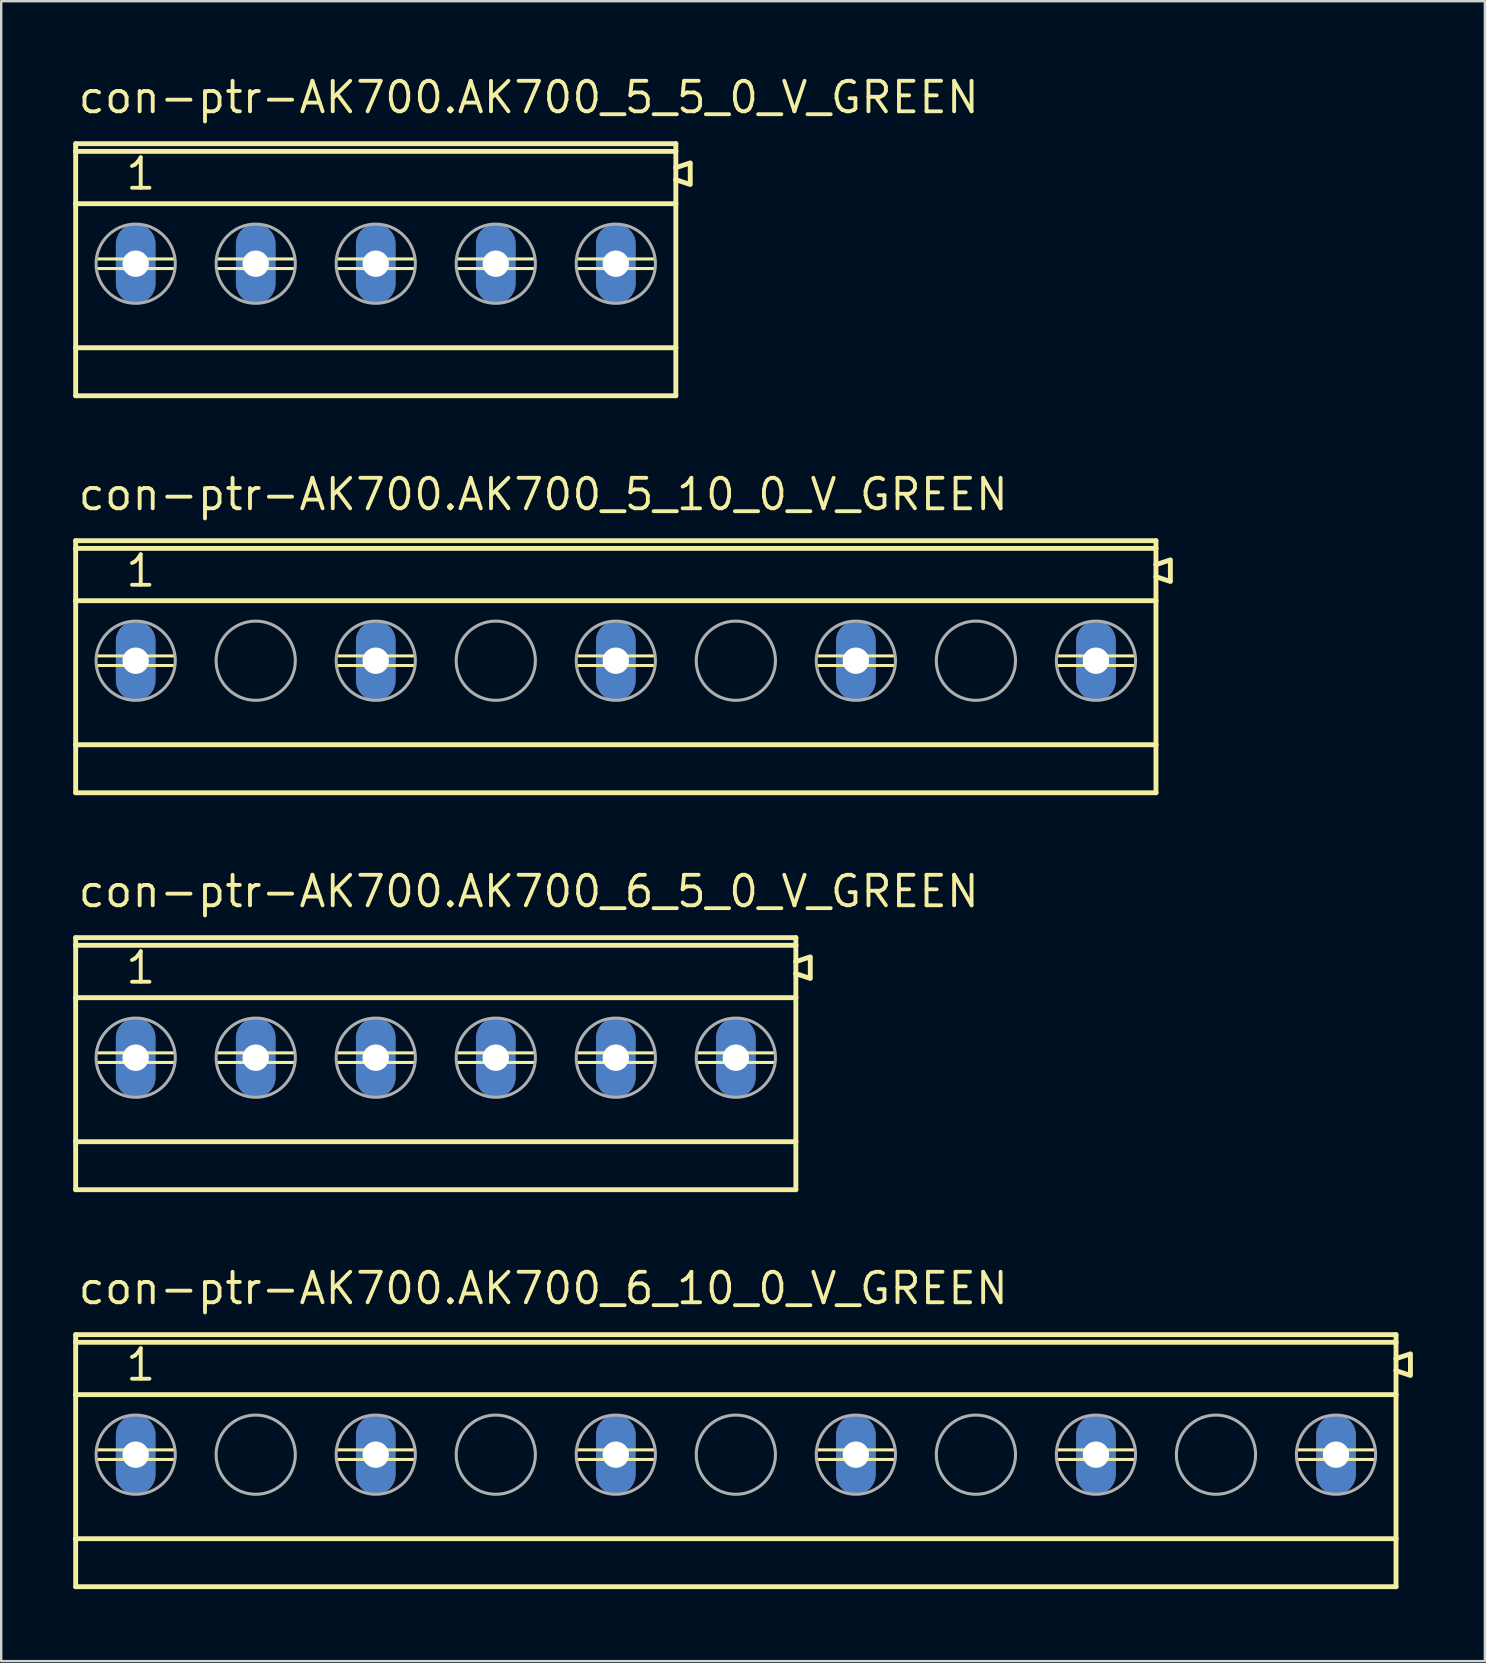
<source format=kicad_pcb>
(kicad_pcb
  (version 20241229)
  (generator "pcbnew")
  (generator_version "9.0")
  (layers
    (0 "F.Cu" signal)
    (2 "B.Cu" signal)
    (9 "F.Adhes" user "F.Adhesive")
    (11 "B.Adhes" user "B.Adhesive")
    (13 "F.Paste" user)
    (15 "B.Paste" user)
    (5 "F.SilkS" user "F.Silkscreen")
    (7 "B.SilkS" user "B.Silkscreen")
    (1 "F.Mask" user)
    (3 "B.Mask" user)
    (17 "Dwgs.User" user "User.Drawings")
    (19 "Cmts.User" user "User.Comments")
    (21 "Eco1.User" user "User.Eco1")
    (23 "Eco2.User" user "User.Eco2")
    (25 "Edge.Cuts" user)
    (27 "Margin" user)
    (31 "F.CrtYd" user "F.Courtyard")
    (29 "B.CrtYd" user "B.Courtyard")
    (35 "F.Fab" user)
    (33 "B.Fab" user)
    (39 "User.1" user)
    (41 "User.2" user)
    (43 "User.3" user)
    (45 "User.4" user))
  (footprint "con-ptr-AK700.AK700_5_10_0_V_GREEN"
    (layer "F.Cu")
    (at 22.602 24.472)
    (property "Reference" "con-ptr-AK700.AK700_5_10_0_V_GREEN" (at -22.48 -6.185 0) (layer "F.SilkS") (effects (font (size 1.27 1.27) (thickness 0.16)) (justify left bottom)))
    (attr through_hole)
    (fp_line (start -22.5 -5) (end -22.5 -4.68) (stroke (width 0.203) (type default)) (layer "F.SilkS"))
    (fp_line (start -22.5 -4.68) (end -22.5 -2.5) (stroke (width 0.203) (type default)) (layer "F.SilkS"))
    (fp_line (start -22.5 -2.5) (end -22.5 3.5) (stroke (width 0.203) (type default)) (layer "F.SilkS"))
    (fp_line (start -22.5 3.5) (end -22.5 5.5) (stroke (width 0.203) (type default)) (layer "F.SilkS"))
    (fp_line (start -22.5 5.5) (end 22.5 5.5) (stroke (width 0.203) (type default)) (layer "F.SilkS"))
    (fp_line (start -21.6 -0.2) (end -18.4 -0.2) (stroke (width 0.127) (type default)) (layer "F.SilkS"))
    (fp_line (start -21.6 0.2) (end -18.4 0.2) (stroke (width 0.127) (type default)) (layer "F.SilkS"))
    (fp_line (start -11.6 -0.2) (end -8.4 -0.2) (stroke (width 0.127) (type default)) (layer "F.SilkS"))
    (fp_line (start -11.6 0.2) (end -8.4 0.2) (stroke (width 0.127) (type default)) (layer "F.SilkS"))
    (fp_line (start -1.6 -0.2) (end 1.6 -0.2) (stroke (width 0.127) (type default)) (layer "F.SilkS"))
    (fp_line (start -1.6 0.2) (end 1.6 0.2) (stroke (width 0.127) (type default)) (layer "F.SilkS"))
    (fp_line (start 8.4 -0.2) (end 11.6 -0.2) (stroke (width 0.127) (type default)) (layer "F.SilkS"))
    (fp_line (start 8.4 0.2) (end 11.6 0.2) (stroke (width 0.127) (type default)) (layer "F.SilkS"))
    (fp_line (start 18.4 -0.2) (end 21.6 -0.2) (stroke (width 0.127) (type default)) (layer "F.SilkS"))
    (fp_line (start 18.4 0.2) (end 21.6 0.2) (stroke (width 0.127) (type default)) (layer "F.SilkS"))
    (fp_line (start 22.5 -5) (end -22.5 -5) (stroke (width 0.203) (type default)) (layer "F.SilkS"))
    (fp_line (start 22.5 -4.68) (end -22.5 -4.68) (stroke (width 0.203) (type default)) (layer "F.SilkS"))
    (fp_line (start 22.5 -4.68) (end 22.5 -5) (stroke (width 0.203) (type default)) (layer "F.SilkS"))
    (fp_line (start 22.5 -4) (end 22.5 -4.68) (stroke (width 0.203) (type default)) (layer "F.SilkS"))
    (fp_line (start 22.5 -3.5) (end 22.5 -4) (stroke (width 0.203) (type default)) (layer "F.SilkS"))
    (fp_line (start 22.5 -2.5) (end -22.5 -2.5) (stroke (width 0.203) (type default)) (layer "F.SilkS"))
    (fp_line (start 22.5 -2.5) (end 22.5 -3.5) (stroke (width 0.203) (type default)) (layer "F.SilkS"))
    (fp_line (start 22.5 3.5) (end -22.5 3.5) (stroke (width 0.203) (type default)) (layer "F.SilkS"))
    (fp_line (start 22.5 3.5) (end 22.5 -2.5) (stroke (width 0.203) (type default)) (layer "F.SilkS"))
    (fp_line (start 22.5 5.5) (end 22.5 3.5) (stroke (width 0.203) (type default)) (layer "F.SilkS"))
    (fp_line (start 23.1 -4.2) (end 22.5 -4) (stroke (width 0.203) (type default)) (layer "F.SilkS"))
    (fp_line (start 23.1 -3.35) (end 23.1 -4.15) (stroke (width 0.203) (type default)) (layer "F.SilkS"))
    (fp_line (start 23.1 -3.3) (end 22.5 -3.5) (stroke (width 0.203) (type default)) (layer "F.SilkS"))
    (fp_circle (center -20 0) (end -18.35 0) (stroke (width 0.127) (type default)) (fill no) (layer "F.Fab"))
    (fp_circle (center -15 0) (end -13.35 0) (stroke (width 0.127) (type default)) (fill no) (layer "F.Fab"))
    (fp_circle (center -10 0) (end -8.35 0) (stroke (width 0.127) (type default)) (fill no) (layer "F.Fab"))
    (fp_circle (center -5 0) (end -3.35 0) (stroke (width 0.127) (type default)) (fill no) (layer "F.Fab"))
    (fp_circle (center 0 0) (end 1.65 0) (stroke (width 0.127) (type default)) (fill no) (layer "F.Fab"))
    (fp_circle (center 5 0) (end 6.65 0) (stroke (width 0.127) (type default)) (fill no) (layer "F.Fab"))
    (fp_circle (center 10 0) (end 11.65 0) (stroke (width 0.127) (type default)) (fill no) (layer "F.Fab"))
    (fp_circle (center 15 0) (end 16.65 0) (stroke (width 0.127) (type default)) (fill no) (layer "F.Fab"))
    (fp_circle (center 20 0) (end 21.65 0) (stroke (width 0.127) (type default)) (fill no) (layer "F.Fab"))
    (fp_text user "1" (at -20.5 -3 0) (layer "F.SilkS") (effects (font (size 1.27 1.27) (thickness 0.16)) (justify left bottom)))
    (pad "1" thru_hole oval (at -20 0 90) (size 3.3 1.65) (drill 1.1) (layers "*.Cu" "*.Mask"))
    (pad "2" thru_hole oval (at -10 0 90) (size 3.3 1.65) (drill 1.1) (layers "*.Cu" "*.Mask"))
    (pad "3" thru_hole oval (at 0 0 90) (size 3.3 1.65) (drill 1.1) (layers "*.Cu" "*.Mask"))
    (pad "4" thru_hole oval (at 10 0 90) (size 3.3 1.65) (drill 1.1) (layers "*.Cu" "*.Mask"))
    (pad "5" thru_hole oval (at 20 0 90) (size 3.3 1.65) (drill 1.1) (layers "*.Cu" "*.Mask")))
  (footprint "con-ptr-AK700.AK700_6_10_0_V_GREEN"
    (layer "F.Cu")
    (at 27.602 57.545)
    (property "Reference" "con-ptr-AK700.AK700_6_10_0_V_GREEN" (at -27.48 -6.185 0) (layer "F.SilkS") (effects (font (size 1.27 1.27) (thickness 0.16)) (justify left bottom)))
    (attr through_hole)
    (fp_line (start -27.5 -5) (end -27.5 -4.68) (stroke (width 0.203) (type default)) (layer "F.SilkS"))
    (fp_line (start -27.5 -4.68) (end -27.5 -2.5) (stroke (width 0.203) (type default)) (layer "F.SilkS"))
    (fp_line (start -27.5 -2.5) (end -27.5 3.5) (stroke (width 0.203) (type default)) (layer "F.SilkS"))
    (fp_line (start -27.5 3.5) (end -27.5 5.5) (stroke (width 0.203) (type default)) (layer "F.SilkS"))
    (fp_line (start -27.5 5.5) (end 27.5 5.5) (stroke (width 0.203) (type default)) (layer "F.SilkS"))
    (fp_line (start -26.6 -0.2) (end -23.4 -0.2) (stroke (width 0.127) (type default)) (layer "F.SilkS"))
    (fp_line (start -26.6 0.2) (end -23.4 0.2) (stroke (width 0.127) (type default)) (layer "F.SilkS"))
    (fp_line (start -16.6 -0.2) (end -13.4 -0.2) (stroke (width 0.127) (type default)) (layer "F.SilkS"))
    (fp_line (start -16.6 0.2) (end -13.4 0.2) (stroke (width 0.127) (type default)) (layer "F.SilkS"))
    (fp_line (start -6.6 -0.2) (end -3.4 -0.2) (stroke (width 0.127) (type default)) (layer "F.SilkS"))
    (fp_line (start -6.6 0.2) (end -3.4 0.2) (stroke (width 0.127) (type default)) (layer "F.SilkS"))
    (fp_line (start 3.4 -0.2) (end 6.6 -0.2) (stroke (width 0.127) (type default)) (layer "F.SilkS"))
    (fp_line (start 3.4 0.2) (end 6.6 0.2) (stroke (width 0.127) (type default)) (layer "F.SilkS"))
    (fp_line (start 13.4 -0.2) (end 16.6 -0.2) (stroke (width 0.127) (type default)) (layer "F.SilkS"))
    (fp_line (start 13.4 0.2) (end 16.6 0.2) (stroke (width 0.127) (type default)) (layer "F.SilkS"))
    (fp_line (start 23.4 -0.2) (end 26.6 -0.2) (stroke (width 0.127) (type default)) (layer "F.SilkS"))
    (fp_line (start 23.4 0.2) (end 26.6 0.2) (stroke (width 0.127) (type default)) (layer "F.SilkS"))
    (fp_line (start 27.5 -5) (end -27.5 -5) (stroke (width 0.203) (type default)) (layer "F.SilkS"))
    (fp_line (start 27.5 -4.68) (end -27.5 -4.68) (stroke (width 0.203) (type default)) (layer "F.SilkS"))
    (fp_line (start 27.5 -4.68) (end 27.5 -5) (stroke (width 0.203) (type default)) (layer "F.SilkS"))
    (fp_line (start 27.5 -4) (end 27.5 -4.68) (stroke (width 0.203) (type default)) (layer "F.SilkS"))
    (fp_line (start 27.5 -3.5) (end 27.5 -4) (stroke (width 0.203) (type default)) (layer "F.SilkS"))
    (fp_line (start 27.5 -2.5) (end -27.5 -2.5) (stroke (width 0.203) (type default)) (layer "F.SilkS"))
    (fp_line (start 27.5 -2.5) (end 27.5 -3.5) (stroke (width 0.203) (type default)) (layer "F.SilkS"))
    (fp_line (start 27.5 3.5) (end -27.5 3.5) (stroke (width 0.203) (type default)) (layer "F.SilkS"))
    (fp_line (start 27.5 3.5) (end 27.5 -2.5) (stroke (width 0.203) (type default)) (layer "F.SilkS"))
    (fp_line (start 27.5 5.5) (end 27.5 3.5) (stroke (width 0.203) (type default)) (layer "F.SilkS"))
    (fp_line (start 28.1 -4.2) (end 27.5 -4) (stroke (width 0.203) (type default)) (layer "F.SilkS"))
    (fp_line (start 28.1 -3.35) (end 28.1 -4.15) (stroke (width 0.203) (type default)) (layer "F.SilkS"))
    (fp_line (start 28.1 -3.3) (end 27.5 -3.5) (stroke (width 0.203) (type default)) (layer "F.SilkS"))
    (fp_circle (center -25 0) (end -23.35 0) (stroke (width 0.127) (type default)) (fill no) (layer "F.Fab"))
    (fp_circle (center -20 0) (end -18.35 0) (stroke (width 0.127) (type default)) (fill no) (layer "F.Fab"))
    (fp_circle (center -15 0) (end -13.35 0) (stroke (width 0.127) (type default)) (fill no) (layer "F.Fab"))
    (fp_circle (center -10 0) (end -8.35 0) (stroke (width 0.127) (type default)) (fill no) (layer "F.Fab"))
    (fp_circle (center -5 0) (end -3.35 0) (stroke (width 0.127) (type default)) (fill no) (layer "F.Fab"))
    (fp_circle (center 0 0) (end 1.65 0) (stroke (width 0.127) (type default)) (fill no) (layer "F.Fab"))
    (fp_circle (center 5 0) (end 6.65 0) (stroke (width 0.127) (type default)) (fill no) (layer "F.Fab"))
    (fp_circle (center 10 0) (end 11.65 0) (stroke (width 0.127) (type default)) (fill no) (layer "F.Fab"))
    (fp_circle (center 15 0) (end 16.65 0) (stroke (width 0.127) (type default)) (fill no) (layer "F.Fab"))
    (fp_circle (center 20 0) (end 21.65 0) (stroke (width 0.127) (type default)) (fill no) (layer "F.Fab"))
    (fp_circle (center 25 0) (end 26.65 0) (stroke (width 0.127) (type default)) (fill no) (layer "F.Fab"))
    (fp_text user "1" (at -25.5 -3 0) (layer "F.SilkS") (effects (font (size 1.27 1.27) (thickness 0.16)) (justify left bottom)))
    (pad "1" thru_hole oval (at -25 0 90) (size 3.3 1.65) (drill 1.1) (layers "*.Cu" "*.Mask"))
    (pad "2" thru_hole oval (at -15 0 90) (size 3.3 1.65) (drill 1.1) (layers "*.Cu" "*.Mask"))
    (pad "3" thru_hole oval (at -5 0 90) (size 3.3 1.65) (drill 1.1) (layers "*.Cu" "*.Mask"))
    (pad "4" thru_hole oval (at 5 0 90) (size 3.3 1.65) (drill 1.1) (layers "*.Cu" "*.Mask"))
    (pad "5" thru_hole oval (at 15 0 90) (size 3.3 1.65) (drill 1.1) (layers "*.Cu" "*.Mask"))
    (pad "6" thru_hole oval (at 25 0 90) (size 3.3 1.65) (drill 1.1) (layers "*.Cu" "*.Mask")))
  (footprint "con-ptr-AK700.AK700_5_5_0_V_GREEN"
    (layer "F.Cu")
    (at 12.602 7.935)
    (property "Reference" "con-ptr-AK700.AK700_5_5_0_V_GREEN" (at -12.48 -6.185 0) (layer "F.SilkS") (effects (font (size 1.27 1.27) (thickness 0.16)) (justify left bottom)))
    (attr through_hole)
    (fp_line (start -12.5 -5) (end -12.5 -4.68) (stroke (width 0.203) (type default)) (layer "F.SilkS"))
    (fp_line (start -12.5 -4.68) (end -12.5 -2.5) (stroke (width 0.203) (type default)) (layer "F.SilkS"))
    (fp_line (start -12.5 -2.5) (end -12.5 3.5) (stroke (width 0.203) (type default)) (layer "F.SilkS"))
    (fp_line (start -12.5 3.5) (end -12.5 5.5) (stroke (width 0.203) (type default)) (layer "F.SilkS"))
    (fp_line (start -12.5 5.5) (end 12.5 5.5) (stroke (width 0.203) (type default)) (layer "F.SilkS"))
    (fp_line (start -11.6 -0.2) (end -8.4 -0.2) (stroke (width 0.127) (type default)) (layer "F.SilkS"))
    (fp_line (start -11.6 0.2) (end -8.4 0.2) (stroke (width 0.127) (type default)) (layer "F.SilkS"))
    (fp_line (start -6.6 -0.2) (end -3.4 -0.2) (stroke (width 0.127) (type default)) (layer "F.SilkS"))
    (fp_line (start -6.6 0.2) (end -3.4 0.2) (stroke (width 0.127) (type default)) (layer "F.SilkS"))
    (fp_line (start -1.6 -0.2) (end 1.6 -0.2) (stroke (width 0.127) (type default)) (layer "F.SilkS"))
    (fp_line (start -1.6 0.2) (end 1.6 0.2) (stroke (width 0.127) (type default)) (layer "F.SilkS"))
    (fp_line (start 3.4 -0.2) (end 6.6 -0.2) (stroke (width 0.127) (type default)) (layer "F.SilkS"))
    (fp_line (start 3.4 0.2) (end 6.6 0.2) (stroke (width 0.127) (type default)) (layer "F.SilkS"))
    (fp_line (start 8.4 -0.2) (end 11.6 -0.2) (stroke (width 0.127) (type default)) (layer "F.SilkS"))
    (fp_line (start 8.4 0.2) (end 11.6 0.2) (stroke (width 0.127) (type default)) (layer "F.SilkS"))
    (fp_line (start 12.5 -5) (end -12.5 -5) (stroke (width 0.203) (type default)) (layer "F.SilkS"))
    (fp_line (start 12.5 -4.68) (end -12.5 -4.68) (stroke (width 0.203) (type default)) (layer "F.SilkS"))
    (fp_line (start 12.5 -4.68) (end 12.5 -5) (stroke (width 0.203) (type default)) (layer "F.SilkS"))
    (fp_line (start 12.5 -4) (end 12.5 -4.68) (stroke (width 0.203) (type default)) (layer "F.SilkS"))
    (fp_line (start 12.5 -3.5) (end 12.5 -4) (stroke (width 0.203) (type default)) (layer "F.SilkS"))
    (fp_line (start 12.5 -2.5) (end -12.5 -2.5) (stroke (width 0.203) (type default)) (layer "F.SilkS"))
    (fp_line (start 12.5 -2.5) (end 12.5 -3.5) (stroke (width 0.203) (type default)) (layer "F.SilkS"))
    (fp_line (start 12.5 3.5) (end -12.5 3.5) (stroke (width 0.203) (type default)) (layer "F.SilkS"))
    (fp_line (start 12.5 3.5) (end 12.5 -2.5) (stroke (width 0.203) (type default)) (layer "F.SilkS"))
    (fp_line (start 12.5 5.5) (end 12.5 3.5) (stroke (width 0.203) (type default)) (layer "F.SilkS"))
    (fp_line (start 13.1 -4.2) (end 12.5 -4) (stroke (width 0.203) (type default)) (layer "F.SilkS"))
    (fp_line (start 13.1 -3.35) (end 13.1 -4.15) (stroke (width 0.203) (type default)) (layer "F.SilkS"))
    (fp_line (start 13.1 -3.3) (end 12.5 -3.5) (stroke (width 0.203) (type default)) (layer "F.SilkS"))
    (fp_circle (center -10 0) (end -8.35 0) (stroke (width 0.127) (type default)) (fill no) (layer "F.Fab"))
    (fp_circle (center -5 0) (end -3.35 0) (stroke (width 0.127) (type default)) (fill no) (layer "F.Fab"))
    (fp_circle (center 0 0) (end 1.65 0) (stroke (width 0.127) (type default)) (fill no) (layer "F.Fab"))
    (fp_circle (center 5 0) (end 6.65 0) (stroke (width 0.127) (type default)) (fill no) (layer "F.Fab"))
    (fp_circle (center 10 0) (end 11.65 0) (stroke (width 0.127) (type default)) (fill no) (layer "F.Fab"))
    (fp_text user "1" (at -10.5 -3 0) (layer "F.SilkS") (effects (font (size 1.27 1.27) (thickness 0.16)) (justify left bottom)))
    (pad "1" thru_hole oval (at -10 0 90) (size 3.3 1.65) (drill 1.1) (layers "*.Cu" "*.Mask"))
    (pad "2" thru_hole oval (at -5 0 90) (size 3.3 1.65) (drill 1.1) (layers "*.Cu" "*.Mask"))
    (pad "3" thru_hole oval (at 0 0 90) (size 3.3 1.65) (drill 1.1) (layers "*.Cu" "*.Mask"))
    (pad "4" thru_hole oval (at 5 0 90) (size 3.3 1.65) (drill 1.1) (layers "*.Cu" "*.Mask"))
    (pad "5" thru_hole oval (at 10 0 90) (size 3.3 1.65) (drill 1.1) (layers "*.Cu" "*.Mask")))
  (footprint "con-ptr-AK700.AK700_6_5_0_V_GREEN"
    (layer "F.Cu")
    (at 15.102 41.008)
    (property "Reference" "con-ptr-AK700.AK700_6_5_0_V_GREEN" (at -14.98 -6.185 0) (layer "F.SilkS") (effects (font (size 1.27 1.27) (thickness 0.16)) (justify left bottom)))
    (attr through_hole)
    (fp_line (start -15 -5) (end -15 -4.68) (stroke (width 0.203) (type default)) (layer "F.SilkS"))
    (fp_line (start -15 -4.68) (end -15 -2.5) (stroke (width 0.203) (type default)) (layer "F.SilkS"))
    (fp_line (start -15 -2.5) (end -15 3.5) (stroke (width 0.203) (type default)) (layer "F.SilkS"))
    (fp_line (start -15 3.5) (end -15 5.5) (stroke (width 0.203) (type default)) (layer "F.SilkS"))
    (fp_line (start -15 5.5) (end 15 5.5) (stroke (width 0.203) (type default)) (layer "F.SilkS"))
    (fp_line (start -14.1 -0.2) (end -10.9 -0.2) (stroke (width 0.127) (type default)) (layer "F.SilkS"))
    (fp_line (start -14.1 0.2) (end -10.9 0.2) (stroke (width 0.127) (type default)) (layer "F.SilkS"))
    (fp_line (start -9.1 -0.2) (end -5.9 -0.2) (stroke (width 0.127) (type default)) (layer "F.SilkS"))
    (fp_line (start -9.1 0.2) (end -5.9 0.2) (stroke (width 0.127) (type default)) (layer "F.SilkS"))
    (fp_line (start -4.1 -0.2) (end -0.9 -0.2) (stroke (width 0.127) (type default)) (layer "F.SilkS"))
    (fp_line (start -4.1 0.2) (end -0.9 0.2) (stroke (width 0.127) (type default)) (layer "F.SilkS"))
    (fp_line (start 0.9 -0.2) (end 4.1 -0.2) (stroke (width 0.127) (type default)) (layer "F.SilkS"))
    (fp_line (start 0.9 0.2) (end 4.1 0.2) (stroke (width 0.127) (type default)) (layer "F.SilkS"))
    (fp_line (start 5.9 -0.2) (end 9.1 -0.2) (stroke (width 0.127) (type default)) (layer "F.SilkS"))
    (fp_line (start 5.9 0.2) (end 9.1 0.2) (stroke (width 0.127) (type default)) (layer "F.SilkS"))
    (fp_line (start 10.9 -0.2) (end 14.1 -0.2) (stroke (width 0.127) (type default)) (layer "F.SilkS"))
    (fp_line (start 10.9 0.2) (end 14.1 0.2) (stroke (width 0.127) (type default)) (layer "F.SilkS"))
    (fp_line (start 15 -5) (end -15 -5) (stroke (width 0.203) (type default)) (layer "F.SilkS"))
    (fp_line (start 15 -4.68) (end -15 -4.68) (stroke (width 0.203) (type default)) (layer "F.SilkS"))
    (fp_line (start 15 -4.68) (end 15 -5) (stroke (width 0.203) (type default)) (layer "F.SilkS"))
    (fp_line (start 15 -4) (end 15 -4.68) (stroke (width 0.203) (type default)) (layer "F.SilkS"))
    (fp_line (start 15 -3.5) (end 15 -4) (stroke (width 0.203) (type default)) (layer "F.SilkS"))
    (fp_line (start 15 -2.5) (end -15 -2.5) (stroke (width 0.203) (type default)) (layer "F.SilkS"))
    (fp_line (start 15 -2.5) (end 15 -3.5) (stroke (width 0.203) (type default)) (layer "F.SilkS"))
    (fp_line (start 15 3.5) (end -15 3.5) (stroke (width 0.203) (type default)) (layer "F.SilkS"))
    (fp_line (start 15 3.5) (end 15 -2.5) (stroke (width 0.203) (type default)) (layer "F.SilkS"))
    (fp_line (start 15 5.5) (end 15 3.5) (stroke (width 0.203) (type default)) (layer "F.SilkS"))
    (fp_line (start 15.6 -4.2) (end 15 -4) (stroke (width 0.203) (type default)) (layer "F.SilkS"))
    (fp_line (start 15.6 -3.35) (end 15.6 -4.15) (stroke (width 0.203) (type default)) (layer "F.SilkS"))
    (fp_line (start 15.6 -3.3) (end 15 -3.5) (stroke (width 0.203) (type default)) (layer "F.SilkS"))
    (fp_circle (center -12.5 0) (end -10.85 0) (stroke (width 0.127) (type default)) (fill no) (layer "F.Fab"))
    (fp_circle (center -7.5 0) (end -5.85 0) (stroke (width 0.127) (type default)) (fill no) (layer "F.Fab"))
    (fp_circle (center -2.5 0) (end -0.85 0) (stroke (width 0.127) (type default)) (fill no) (layer "F.Fab"))
    (fp_circle (center 2.5 0) (end 4.15 0) (stroke (width 0.127) (type default)) (fill no) (layer "F.Fab"))
    (fp_circle (center 7.5 0) (end 9.15 0) (stroke (width 0.127) (type default)) (fill no) (layer "F.Fab"))
    (fp_circle (center 12.5 0) (end 14.15 0) (stroke (width 0.127) (type default)) (fill no) (layer "F.Fab"))
    (fp_text user "1" (at -13 -3 0) (layer "F.SilkS") (effects (font (size 1.27 1.27) (thickness 0.16)) (justify left bottom)))
    (pad "1" thru_hole oval (at -12.5 0 90) (size 3.3 1.65) (drill 1.1) (layers "*.Cu" "*.Mask"))
    (pad "2" thru_hole oval (at -7.5 0 90) (size 3.3 1.65) (drill 1.1) (layers "*.Cu" "*.Mask"))
    (pad "3" thru_hole oval (at -2.5 0 90) (size 3.3 1.65) (drill 1.1) (layers "*.Cu" "*.Mask"))
    (pad "4" thru_hole oval (at 2.5 0 90) (size 3.3 1.65) (drill 1.1) (layers "*.Cu" "*.Mask"))
    (pad "5" thru_hole oval (at 7.5 0 90) (size 3.3 1.65) (drill 1.1) (layers "*.Cu" "*.Mask"))
    (pad "6" thru_hole oval (at 12.5 0 90) (size 3.3 1.65) (drill 1.1) (layers "*.Cu" "*.Mask")))
  (gr_rect
    (start -3 -3)
    (end 58.803 66.146)
    (stroke (width 0.1) (type default))
    (fill no)
    (layer "Edge.Cuts")))
</source>
